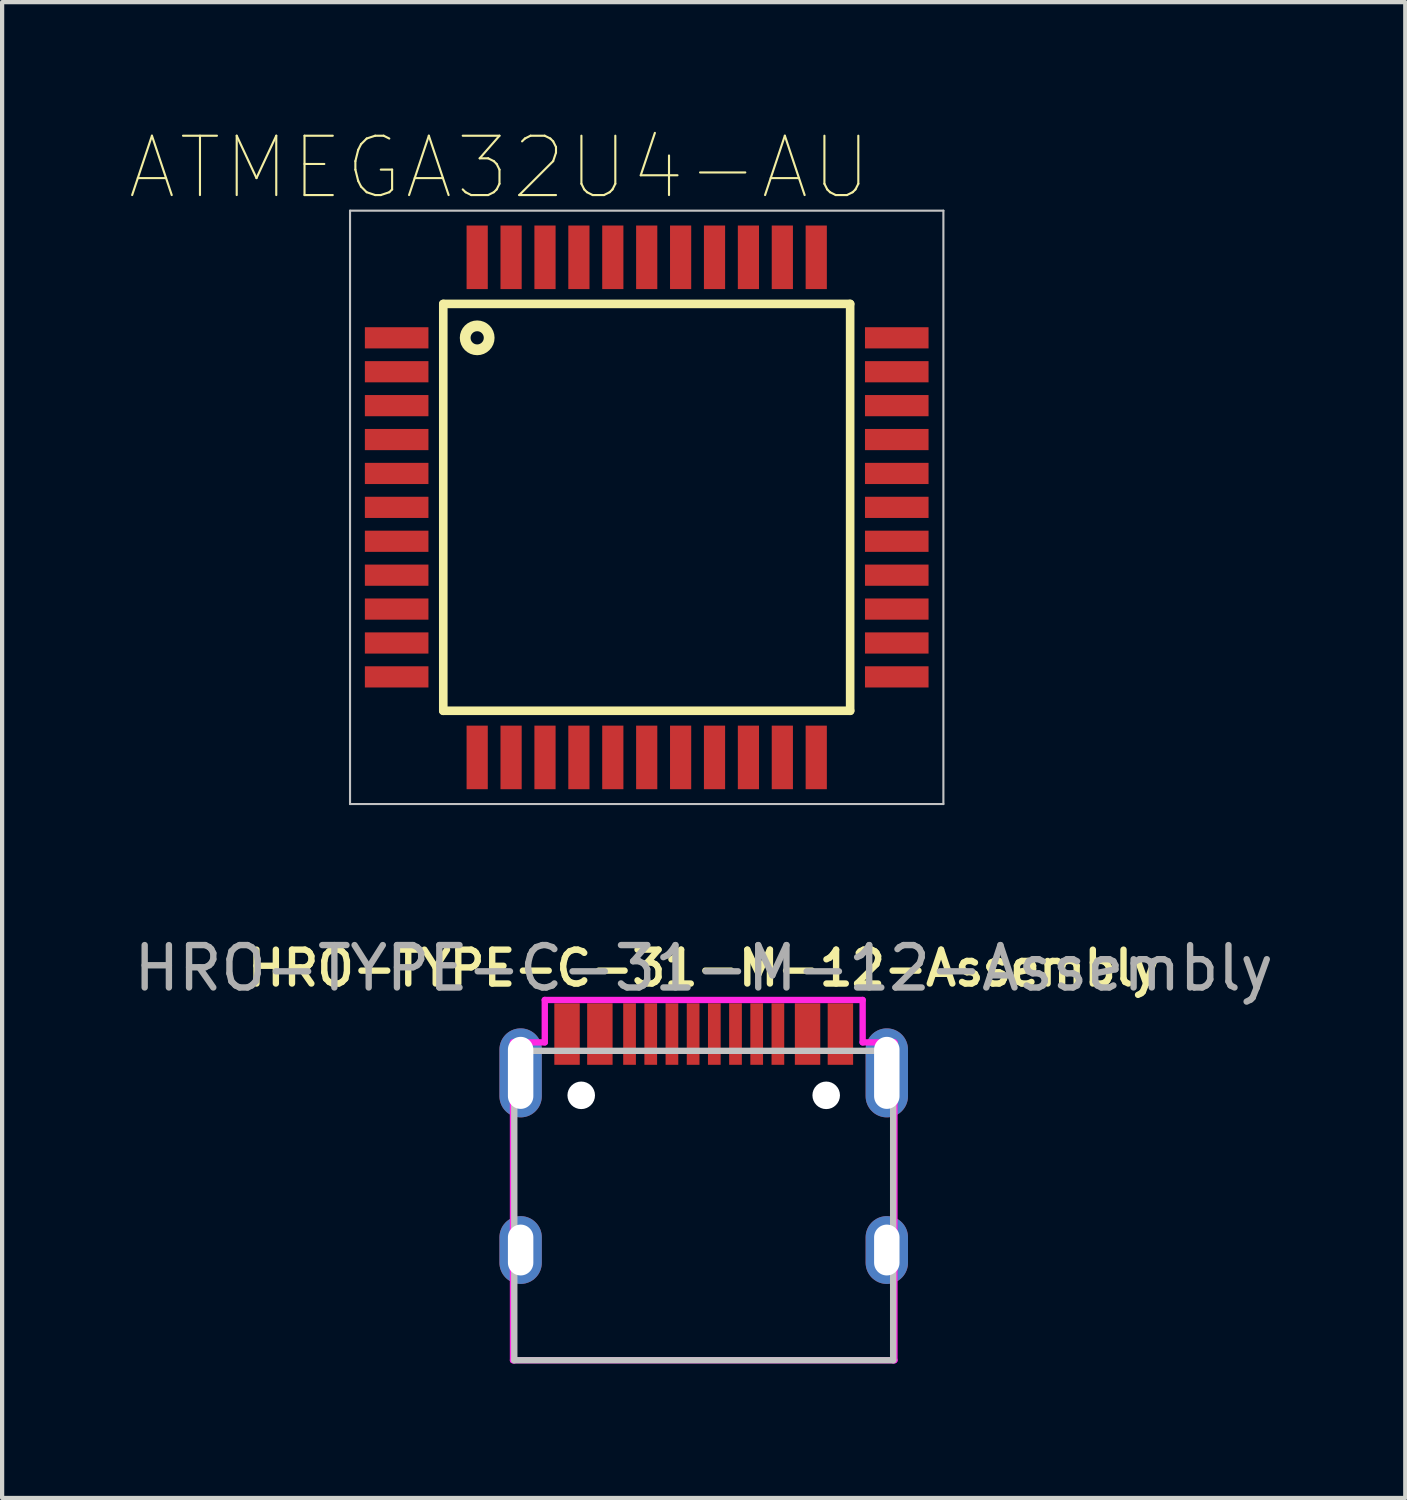
<source format=kicad_pcb>
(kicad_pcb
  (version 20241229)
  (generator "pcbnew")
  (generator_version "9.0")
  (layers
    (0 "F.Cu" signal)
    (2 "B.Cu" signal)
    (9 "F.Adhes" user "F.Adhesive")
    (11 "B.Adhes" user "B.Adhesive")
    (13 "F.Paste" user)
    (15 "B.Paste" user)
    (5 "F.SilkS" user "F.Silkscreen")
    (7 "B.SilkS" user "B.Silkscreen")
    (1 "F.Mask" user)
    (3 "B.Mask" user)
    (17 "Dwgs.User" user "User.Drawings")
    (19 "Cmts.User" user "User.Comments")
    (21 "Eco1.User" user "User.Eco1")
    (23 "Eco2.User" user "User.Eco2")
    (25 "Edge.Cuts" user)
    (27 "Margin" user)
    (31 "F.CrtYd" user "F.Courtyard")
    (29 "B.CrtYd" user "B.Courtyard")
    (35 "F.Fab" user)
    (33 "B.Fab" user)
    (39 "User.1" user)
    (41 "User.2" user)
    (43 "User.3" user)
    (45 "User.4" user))
  (footprint "ATMEGA32U4-AU"
    (layer "F.Cu")
    (at 12.209 8.921)
    (property "Reference" "ATMEGA32U4-AU" (at -3.474 -8.014 0) (layer "F.SilkS") (effects (font (size 1.4 1.4) (thickness 0.05))))
    (attr smd)
    (fp_line (start -4.8 -4.8) (end 4.8 -4.8) (stroke (width 0.203) (type solid)) (layer "F.SilkS"))
    (fp_line (start -4.8 4.8) (end -4.8 -4.8) (stroke (width 0.203) (type solid)) (layer "F.SilkS"))
    (fp_line (start 4.8 -4.8) (end 4.8 4.8) (stroke (width 0.203) (type solid)) (layer "F.SilkS"))
    (fp_line (start 4.8 4.8) (end -4.8 4.8) (stroke (width 0.203) (type solid)) (layer "F.SilkS"))
    (fp_circle (center -4 -4) (end -3.717 -4) (stroke (width 0.254) (type solid)) (fill no) (layer "F.SilkS"))
    (fp_line (start -7 -7) (end 7 -7) (stroke (width 0.05) (type solid)) (layer "Dwgs.User"))
    (fp_line (start -7 7) (end -7 -7) (stroke (width 0.05) (type solid)) (layer "Dwgs.User"))
    (fp_line (start 7 -7) (end 7 7) (stroke (width 0.05) (type solid)) (layer "Dwgs.User"))
    (fp_line (start 7 7) (end -7 7) (stroke (width 0.05) (type solid)) (layer "Dwgs.User"))
    (pad "1" smd rect (at -5.9 -4) (size 1.5 0.5) (layers "F.Cu" "F.Mask" "F.Paste"))
    (pad "2" smd rect (at -5.9 -3.2) (size 1.5 0.5) (layers "F.Cu" "F.Mask" "F.Paste"))
    (pad "3" smd rect (at -5.9 -2.4) (size 1.5 0.5) (layers "F.Cu" "F.Mask" "F.Paste"))
    (pad "4" smd rect (at -5.9 -1.6) (size 1.5 0.5) (layers "F.Cu" "F.Mask" "F.Paste"))
    (pad "5" smd rect (at -5.9 -0.8) (size 1.5 0.5) (layers "F.Cu" "F.Mask" "F.Paste"))
    (pad "6" smd rect (at -5.9 0) (size 1.5 0.5) (layers "F.Cu" "F.Mask" "F.Paste"))
    (pad "7" smd rect (at -5.9 0.8) (size 1.5 0.5) (layers "F.Cu" "F.Mask" "F.Paste"))
    (pad "8" smd rect (at -5.9 1.6) (size 1.5 0.5) (layers "F.Cu" "F.Mask" "F.Paste"))
    (pad "9" smd rect (at -5.9 2.4) (size 1.5 0.5) (layers "F.Cu" "F.Mask" "F.Paste"))
    (pad "10" smd rect (at -5.9 3.2) (size 1.5 0.5) (layers "F.Cu" "F.Mask" "F.Paste"))
    (pad "11" smd rect (at -5.9 4) (size 1.5 0.5) (layers "F.Cu" "F.Mask" "F.Paste"))
    (pad "12" smd rect (at -4 5.9) (size 0.5 1.5) (layers "F.Cu" "F.Mask" "F.Paste"))
    (pad "13" smd rect (at -3.2 5.9) (size 0.5 1.5) (layers "F.Cu" "F.Mask" "F.Paste"))
    (pad "14" smd rect (at -2.4 5.9) (size 0.5 1.5) (layers "F.Cu" "F.Mask" "F.Paste"))
    (pad "15" smd rect (at -1.6 5.9) (size 0.5 1.5) (layers "F.Cu" "F.Mask" "F.Paste"))
    (pad "16" smd rect (at -0.8 5.9) (size 0.5 1.5) (layers "F.Cu" "F.Mask" "F.Paste"))
    (pad "17" smd rect (at 0 5.9) (size 0.5 1.5) (layers "F.Cu" "F.Mask" "F.Paste"))
    (pad "18" smd rect (at 0.8 5.9) (size 0.5 1.5) (layers "F.Cu" "F.Mask" "F.Paste"))
    (pad "19" smd rect (at 1.6 5.9) (size 0.5 1.5) (layers "F.Cu" "F.Mask" "F.Paste"))
    (pad "20" smd rect (at 2.4 5.9) (size 0.5 1.5) (layers "F.Cu" "F.Mask" "F.Paste"))
    (pad "21" smd rect (at 3.2 5.9) (size 0.5 1.5) (layers "F.Cu" "F.Mask" "F.Paste"))
    (pad "22" smd rect (at 4 5.9) (size 0.5 1.5) (layers "F.Cu" "F.Mask" "F.Paste"))
    (pad "23" smd rect (at 5.9 4) (size 1.5 0.5) (layers "F.Cu" "F.Mask" "F.Paste"))
    (pad "24" smd rect (at 5.9 3.2) (size 1.5 0.5) (layers "F.Cu" "F.Mask" "F.Paste"))
    (pad "25" smd rect (at 5.9 2.4) (size 1.5 0.5) (layers "F.Cu" "F.Mask" "F.Paste"))
    (pad "26" smd rect (at 5.9 1.6) (size 1.5 0.5) (layers "F.Cu" "F.Mask" "F.Paste"))
    (pad "27" smd rect (at 5.9 0.8) (size 1.5 0.5) (layers "F.Cu" "F.Mask" "F.Paste"))
    (pad "28" smd rect (at 5.9 0) (size 1.5 0.5) (layers "F.Cu" "F.Mask" "F.Paste"))
    (pad "29" smd rect (at 5.9 -0.8) (size 1.5 0.5) (layers "F.Cu" "F.Mask" "F.Paste"))
    (pad "30" smd rect (at 5.9 -1.6) (size 1.5 0.5) (layers "F.Cu" "F.Mask" "F.Paste"))
    (pad "31" smd rect (at 5.9 -2.4) (size 1.5 0.5) (layers "F.Cu" "F.Mask" "F.Paste"))
    (pad "32" smd rect (at 5.9 -3.2) (size 1.5 0.5) (layers "F.Cu" "F.Mask" "F.Paste"))
    (pad "33" smd rect (at 5.9 -4) (size 1.5 0.5) (layers "F.Cu" "F.Mask" "F.Paste"))
    (pad "34" smd rect (at 4 -5.9) (size 0.5 1.5) (layers "F.Cu" "F.Mask" "F.Paste"))
    (pad "35" smd rect (at 3.2 -5.9) (size 0.5 1.5) (layers "F.Cu" "F.Mask" "F.Paste"))
    (pad "36" smd rect (at 2.4 -5.9) (size 0.5 1.5) (layers "F.Cu" "F.Mask" "F.Paste"))
    (pad "37" smd rect (at 1.6 -5.9) (size 0.5 1.5) (layers "F.Cu" "F.Mask" "F.Paste"))
    (pad "38" smd rect (at 0.8 -5.9) (size 0.5 1.5) (layers "F.Cu" "F.Mask" "F.Paste"))
    (pad "39" smd rect (at 0 -5.9) (size 0.5 1.5) (layers "F.Cu" "F.Mask" "F.Paste"))
    (pad "40" smd rect (at -0.8 -5.9) (size 0.5 1.5) (layers "F.Cu" "F.Mask" "F.Paste"))
    (pad "41" smd rect (at -1.6 -5.9) (size 0.5 1.5) (layers "F.Cu" "F.Mask" "F.Paste"))
    (pad "42" smd rect (at -2.4 -5.9) (size 0.5 1.5) (layers "F.Cu" "F.Mask" "F.Paste"))
    (pad "43" smd rect (at -3.2 -5.9) (size 0.5 1.5) (layers "F.Cu" "F.Mask" "F.Paste"))
    (pad "44" smd rect (at -4 -5.9) (size 0.5 1.5) (layers "F.Cu" "F.Mask" "F.Paste")))
  (footprint "HRO-TYPE-C-31-M-12-Assembly"
    (layer "F.Cu")
    (at 13.554 29.044)
    (property "Reference" "HRO-TYPE-C-31-M-12-Assembly" (at 0 -9.25 0) (layer "F.SilkS") (effects (font (size 0.8 0.8) (thickness 0.15))))
    (attr smd)
    (fp_line (start -4.47 -7.3) (end 4.47 -7.3) (stroke (width 0.15) (type solid)) (layer "Dwgs.User"))
    (fp_line (start -4.47 0) (end -4.47 -7.3) (stroke (width 0.15) (type solid)) (layer "Dwgs.User"))
    (fp_line (start -4.47 0) (end 4.47 0) (stroke (width 0.15) (type solid)) (layer "Dwgs.User"))
    (fp_line (start 4.47 0) (end 4.47 -7.3) (stroke (width 0.15) (type solid)) (layer "Dwgs.User"))
    (fp_line (start -4.5 -7.5) (end -3.75 -7.5) (stroke (width 0.15) (type solid)) (layer "F.CrtYd"))
    (fp_line (start -4.5 0) (end -4.5 -7.5) (stroke (width 0.15) (type solid)) (layer "F.CrtYd"))
    (fp_line (start -3.75 -8.5) (end 3.75 -8.5) (stroke (width 0.15) (type solid)) (layer "F.CrtYd"))
    (fp_line (start -3.75 -7.5) (end -3.75 -8.5) (stroke (width 0.15) (type solid)) (layer "F.CrtYd"))
    (fp_line (start 3.75 -8.5) (end 3.75 -7.5) (stroke (width 0.15) (type solid)) (layer "F.CrtYd"))
    (fp_line (start 4.5 -7.5) (end 3.75 -7.5) (stroke (width 0.15) (type solid)) (layer "F.CrtYd"))
    (fp_line (start 4.5 -7.5) (end 4.5 0) (stroke (width 0.15) (type solid)) (layer "F.CrtYd"))
    (fp_line (start 4.5 0) (end -4.5 0) (stroke (width 0.15) (type solid)) (layer "F.CrtYd"))
    (fp_text user "${REFERENCE}" (at 0 -9.25 0) (layer "F.Fab") (effects (font (size 1 1) (thickness 0.15))))
    (pad "" np_thru_hole circle (at -2.89 -6.25) (size 0.65 0.65) (drill 0.65) (layers "*.Cu" "*.Mask"))
    (pad "" np_thru_hole circle (at 2.89 -6.25) (size 0.65 0.65) (drill 0.65) (layers "*.Cu" "*.Mask"))
    (pad "1" smd rect (at -3.225 -7.695) (size 0.6 1.45) (layers "F.Cu" "F.Mask" "F.Paste"))
    (pad "2" smd rect (at -2.45 -7.695) (size 0.6 1.45) (layers "F.Cu" "F.Mask" "F.Paste"))
    (pad "3" smd rect (at -1.75 -7.695) (size 0.3 1.45) (layers "F.Cu" "F.Mask" "F.Paste"))
    (pad "4" smd rect (at -1.25 -7.695) (size 0.3 1.45) (layers "F.Cu" "F.Mask" "F.Paste"))
    (pad "5" smd rect (at -0.75 -7.695) (size 0.3 1.45) (layers "F.Cu" "F.Mask" "F.Paste"))
    (pad "6" smd rect (at -0.25 -7.695) (size 0.3 1.45) (layers "F.Cu" "F.Mask" "F.Paste"))
    (pad "7" smd rect (at 0.25 -7.695) (size 0.3 1.45) (layers "F.Cu" "F.Mask" "F.Paste"))
    (pad "8" smd rect (at 0.75 -7.695) (size 0.3 1.45) (layers "F.Cu" "F.Mask" "F.Paste"))
    (pad "9" smd rect (at 1.25 -7.695) (size 0.3 1.45) (layers "F.Cu" "F.Mask" "F.Paste"))
    (pad "10" smd rect (at 1.75 -7.695) (size 0.3 1.45) (layers "F.Cu" "F.Mask" "F.Paste"))
    (pad "11" smd rect (at 2.45 -7.695) (size 0.6 1.45) (layers "F.Cu" "F.Mask" "F.Paste"))
    (pad "12" smd rect (at 3.225 -7.695) (size 0.6 1.45) (layers "F.Cu" "F.Mask" "F.Paste"))
    (pad "13" thru_hole oval (at -4.32 -6.78) (size 1 2.1) (drill oval 0.6 1.7) (layers "*.Cu" "*.Mask"))
    (pad "13" thru_hole oval (at -4.32 -2.6) (size 1 1.6) (drill oval 0.6 1.2) (layers "*.Cu" "*.Mask"))
    (pad "13" thru_hole oval (at 4.32 -6.78) (size 1 2.1) (drill oval 0.6 1.7) (layers "*.Cu" "*.Mask"))
    (pad "13" thru_hole oval (at 4.32 -2.6) (size 1 1.6) (drill oval 0.6 1.2) (layers "*.Cu" "*.Mask")))
  (gr_rect
    (start -3 -3)
    (end 30.107 32.294)
    (stroke (width 0.1) (type default))
    (fill no)
    (layer "Edge.Cuts")))
</source>
